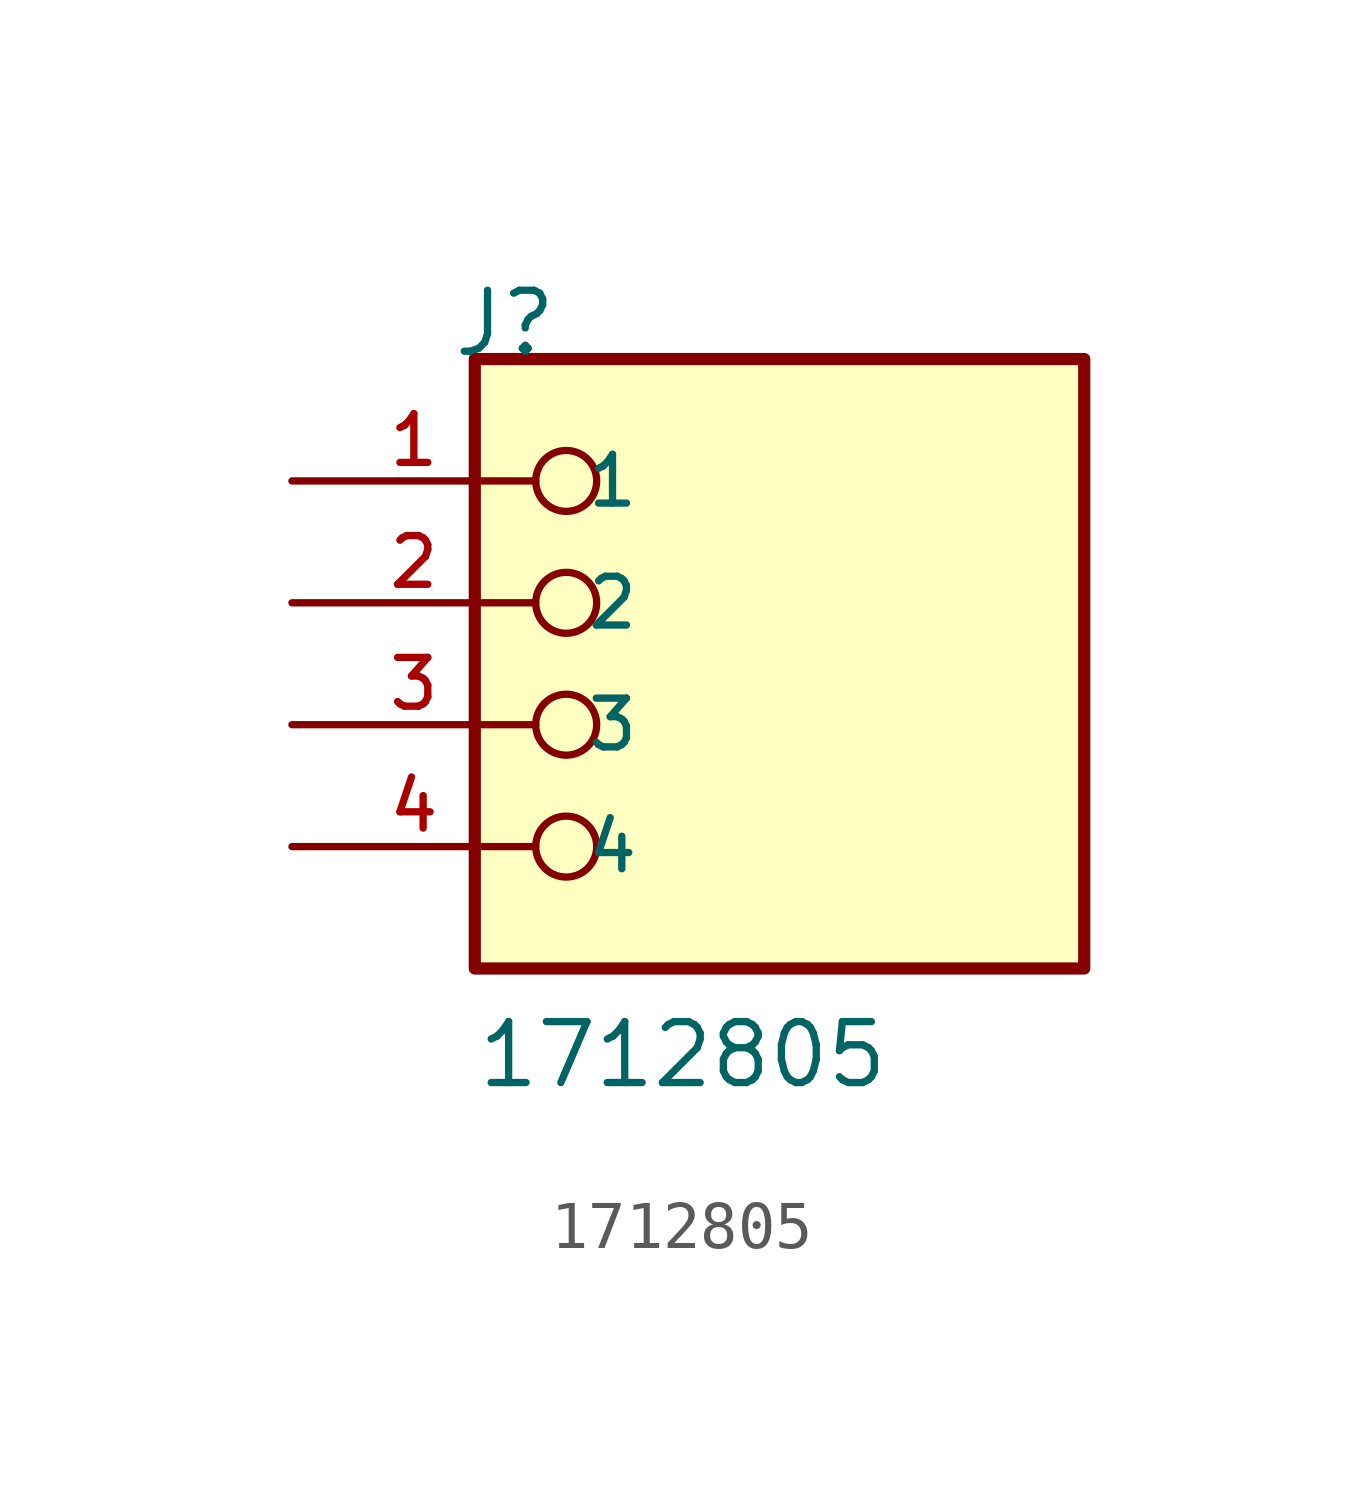
<source format=kicad_sym>
(kicad_symbol_lib
  (version 20211014)
  (generator kicad_symbol_editor)
  (symbol "1712805"
    (pin_names
      (offset 1.016))
    (property "Reference" "J"
      (at -6.85 7.62 0)
      (effects (font (size 1.27 1.27)) (justify bottom left)))
    (property "Value" "1712805"
      (at -6.35 -7.62 0)
      (effects (font (size 1.27 1.27)) (justify bottom left)))
    (symbol "1712805_0_0"
      (circle (center -4.445 5.08) (radius 0.635) (stroke (width 0.152)) (fill (type none)))
      (circle (center -4.445 2.54) (radius 0.635) (stroke (width 0.152)) (fill (type none)))
      (circle (center -4.445 0.0) (radius 0.635) (stroke (width 0.152)) (fill (type none)))
      (circle (center -4.445 -2.54) (radius 0.635) (stroke (width 0.152)) (fill (type none)))
      (rectangle (start -6.35 -5.08) (end 6.35 7.62) (stroke (width 0.254)) (fill (type background)))
      (pin passive line (at -10.16 5.08 0) (length 5.08) (name "1" (effects (font (size 1.016 1.016)))) (number "1" (effects (font (size 1.016 1.016)))))
      (pin passive line (at -10.16 2.54 0) (length 5.08) (name "2" (effects (font (size 1.016 1.016)))) (number "2" (effects (font (size 1.016 1.016)))))
      (pin passive line (at -10.16 0.0 0) (length 5.08) (name "3" (effects (font (size 1.016 1.016)))) (number "3" (effects (font (size 1.016 1.016)))))
      (pin passive line (at -10.16 -2.54 0) (length 5.08) (name "4" (effects (font (size 1.016 1.016)))) (number "4" (effects (font (size 1.016 1.016))))))))
</source>
